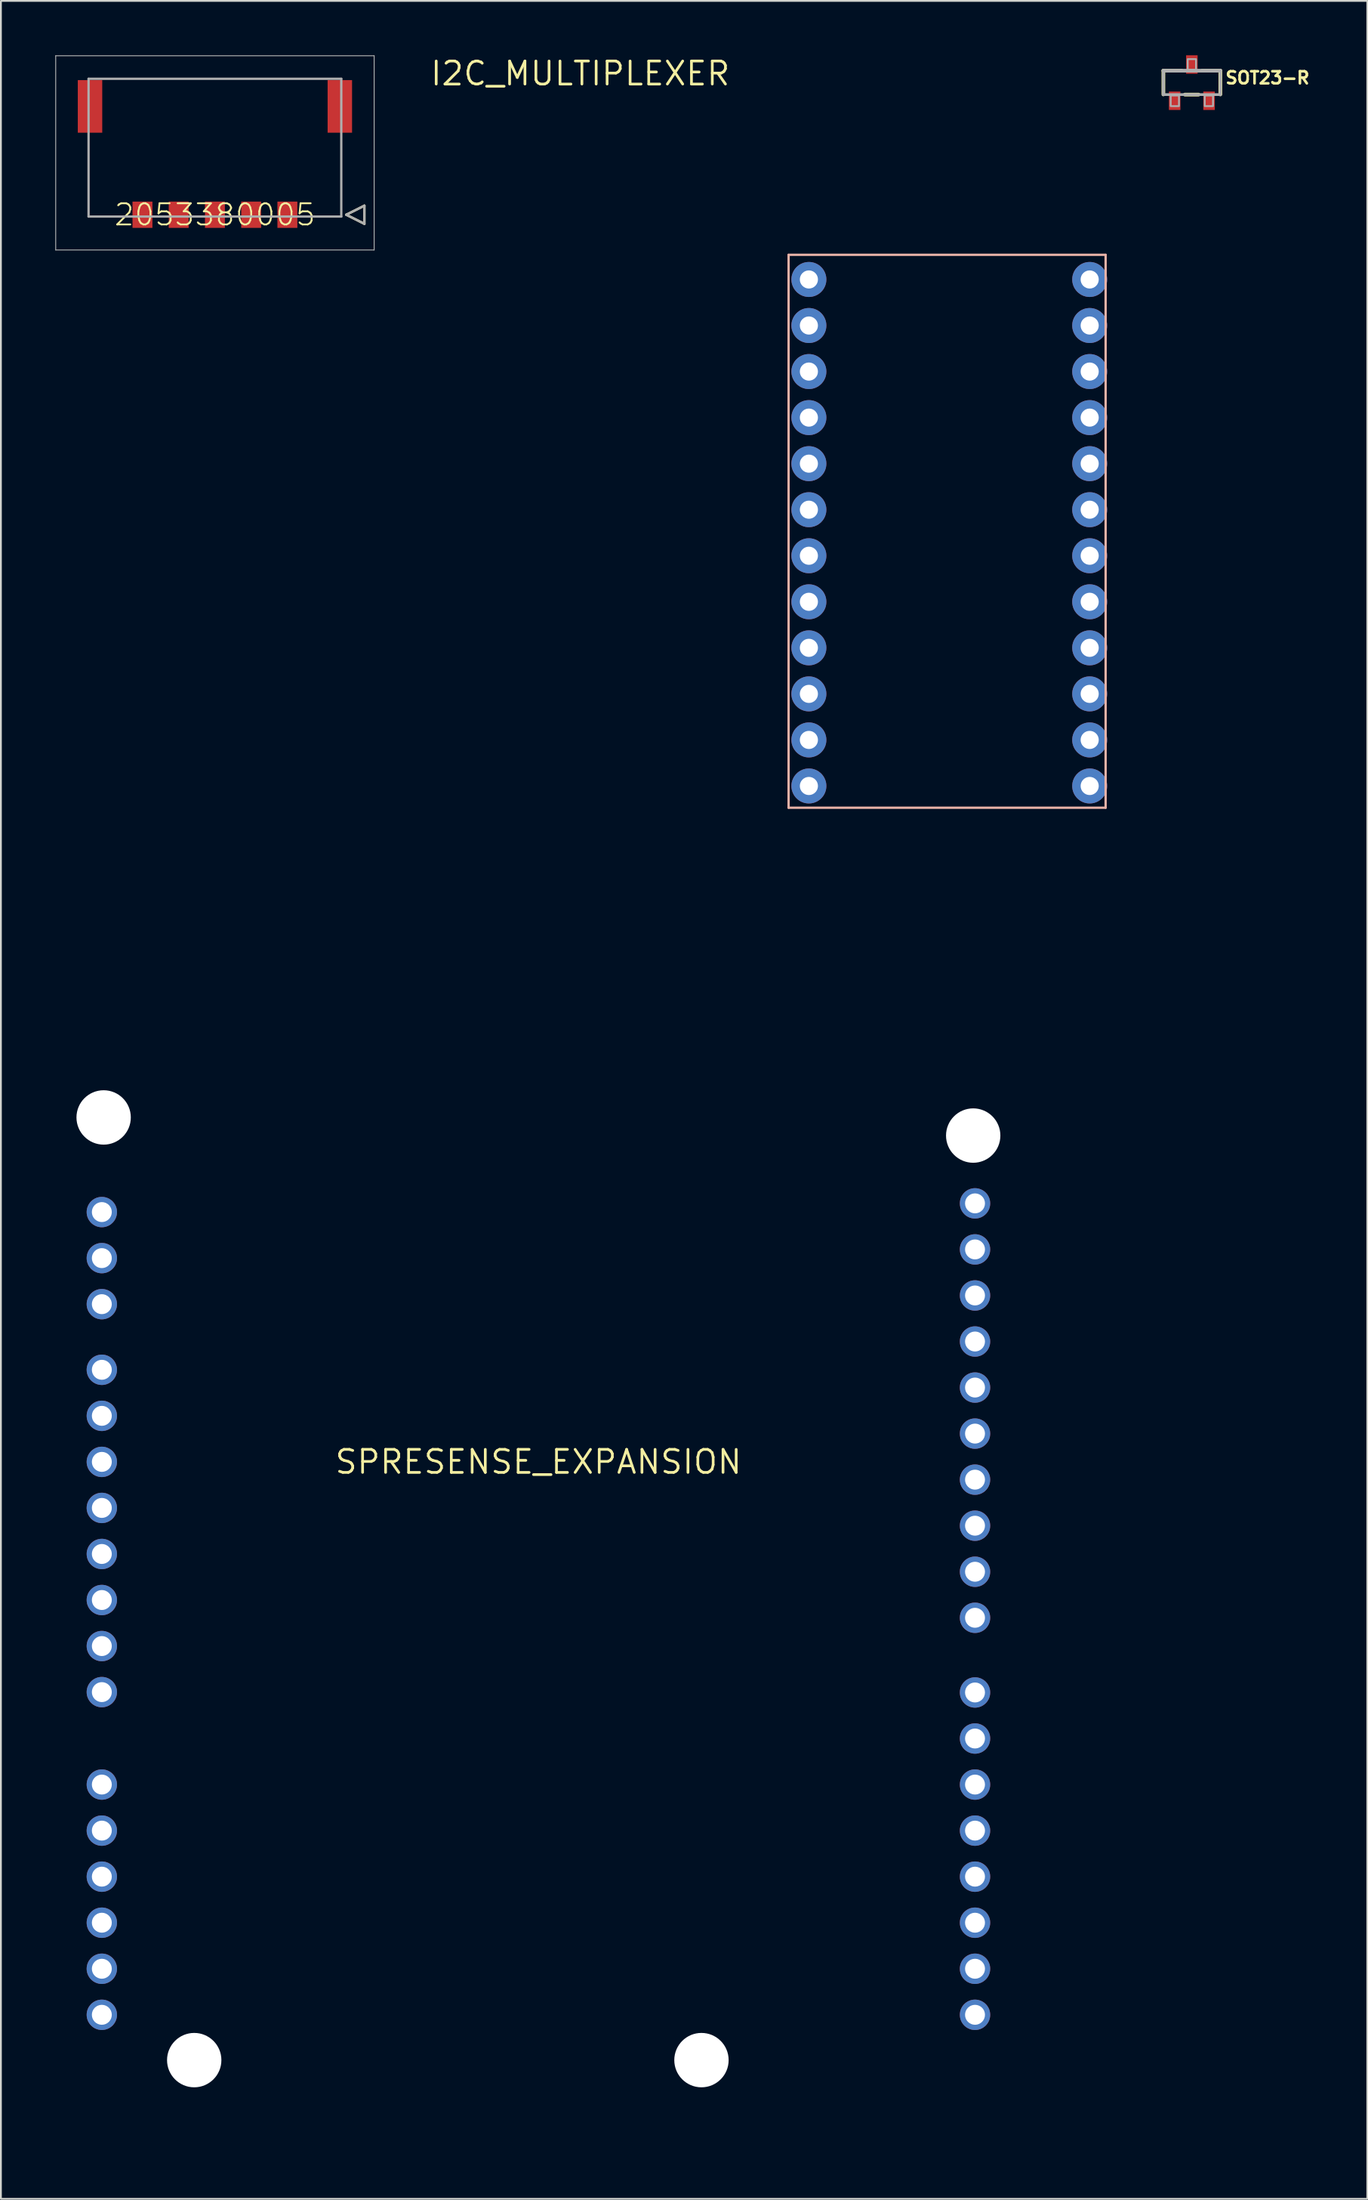
<source format=kicad_pcb>
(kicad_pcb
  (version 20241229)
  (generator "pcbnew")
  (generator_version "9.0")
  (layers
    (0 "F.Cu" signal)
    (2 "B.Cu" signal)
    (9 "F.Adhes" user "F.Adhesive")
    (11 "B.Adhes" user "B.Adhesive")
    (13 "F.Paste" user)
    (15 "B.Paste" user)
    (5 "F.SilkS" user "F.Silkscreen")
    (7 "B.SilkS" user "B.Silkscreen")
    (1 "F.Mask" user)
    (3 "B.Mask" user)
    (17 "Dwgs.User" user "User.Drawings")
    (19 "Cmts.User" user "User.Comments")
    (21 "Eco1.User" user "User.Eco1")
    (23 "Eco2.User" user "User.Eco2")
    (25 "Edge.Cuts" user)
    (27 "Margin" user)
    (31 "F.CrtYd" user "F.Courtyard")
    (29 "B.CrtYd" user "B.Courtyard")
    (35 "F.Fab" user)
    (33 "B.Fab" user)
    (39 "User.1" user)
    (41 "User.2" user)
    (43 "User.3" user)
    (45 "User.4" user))
  (footprint "SOT23-R"
    (layer "F.Cu")
    (at 62.741 1.508)
    (property "Reference" "SOT23-R" (at 1.778 0.127 0) (layer "F.SilkS") (effects (font (size 0.666 0.666) (thickness 0.146)) (justify left bottom)))
    (fp_line (start -1.572 -0.66) (end -0.564 -0.66) (stroke (width 0.203) (type solid)) (layer "F.SilkS"))
    (fp_line (start -1.572 0.652) (end -1.572 -0.66) (stroke (width 0.203) (type solid)) (layer "F.SilkS"))
    (fp_line (start 0.372 0.66) (end -0.386 0.66) (stroke (width 0.203) (type solid)) (layer "F.SilkS"))
    (fp_line (start 0.564 -0.66) (end 1.572 -0.66) (stroke (width 0.203) (type solid)) (layer "F.SilkS"))
    (fp_line (start 1.572 -0.66) (end 1.572 0.652) (stroke (width 0.203) (type solid)) (layer "F.SilkS"))
    (fp_line (start -1.572 -0.66) (end 1.572 -0.66) (stroke (width 0.203) (type solid)) (layer "F.Fab"))
    (fp_line (start -1.572 0.66) (end -1.572 -0.66) (stroke (width 0.152) (type solid)) (layer "F.Fab"))
    (fp_line (start 1.572 -0.66) (end 1.572 0.66) (stroke (width 0.152) (type solid)) (layer "F.Fab"))
    (fp_line (start 1.572 0.66) (end -1.572 0.66) (stroke (width 0.152) (type solid)) (layer "F.Fab"))
    (fp_poly (pts (xy -1.168 1.295) (xy -0.711 1.295) (xy -0.711 0.711) (xy -1.168 0.711)) (stroke (width 0.1) (type solid)) (fill no) (layer "F.Fab"))
    (fp_poly (pts (xy -0.229 -0.711) (xy 0.229 -0.711) (xy 0.229 -1.295) (xy -0.229 -1.295)) (stroke (width 0.1) (type solid)) (fill no) (layer "F.Fab"))
    (fp_poly (pts (xy 0.711 1.295) (xy 1.168 1.295) (xy 1.168 0.711) (xy 0.711 0.711)) (stroke (width 0.1) (type solid)) (fill no) (layer "F.Fab"))
    (pad "1" smd rect (at -0.95 1) (size 0.635 1.016) (layers "F.Cu" "F.Mask" "F.Paste"))
    (pad "2" smd rect (at 0.95 1) (size 0.635 1.016) (layers "F.Cu" "F.Mask" "F.Paste"))
    (pad "3" smd rect (at 0 -1) (size 0.635 1.016) (layers "F.Cu" "F.Mask" "F.Paste")))
  (footprint "I2C_MULTIPLEXER"
    (layer "F.Cu")
    (at 28.981 1.006)
    (property "Reference" "I2C_MULTIPLEXER" (at 0 0 0) (layer "F.SilkS") (effects (font (size 1.27 1.27) (thickness 0.15))))
    (fp_line (start 11.5 10) (end 11.5 40.5) (stroke (width 0.127) (type solid)) (layer "B.SilkS"))
    (fp_line (start 11.5 40.5) (end 29 40.5) (stroke (width 0.127) (type solid)) (layer "B.SilkS"))
    (fp_line (start 29 10) (end 11.5 10) (stroke (width 0.127) (type solid)) (layer "B.SilkS"))
    (fp_line (start 29 40.5) (end 29 10) (stroke (width 0.127) (type solid)) (layer "B.SilkS"))
    (pad "A0" thru_hole circle (at 12.62 24.06 180) (size 1.93 1.93) (drill 1) (layers "*.Cu" "*.Mask"))
    (pad "A1" thru_hole circle (at 12.62 26.6 180) (size 1.93 1.93) (drill 1) (layers "*.Cu" "*.Mask"))
    (pad "A2" thru_hole circle (at 12.62 29.14 180) (size 1.93 1.93) (drill 1) (layers "*.Cu" "*.Mask"))
    (pad "GND" thru_hole circle (at 12.62 13.9 180) (size 1.93 1.93) (drill 1) (layers "*.Cu" "*.Mask"))
    (pad "RST" thru_hole circle (at 12.62 21.52 180) (size 1.93 1.93) (drill 1) (layers "*.Cu" "*.Mask"))
    (pad "SC0" thru_hole circle (at 12.62 34.22 180) (size 1.93 1.93) (drill 1) (layers "*.Cu" "*.Mask"))
    (pad "SC1" thru_hole circle (at 12.62 39.3 180) (size 1.93 1.93) (drill 1) (layers "*.Cu" "*.Mask"))
    (pad "SC2" thru_hole circle (at 28.12 36.76 180) (size 1.93 1.93) (drill 1) (layers "*.Cu" "*.Mask"))
    (pad "SC3" thru_hole circle (at 28.12 31.68 180) (size 1.93 1.93) (drill 1) (layers "*.Cu" "*.Mask"))
    (pad "SC4" thru_hole circle (at 28.12 26.6 180) (size 1.93 1.93) (drill 1) (layers "*.Cu" "*.Mask"))
    (pad "SC5" thru_hole circle (at 28.12 21.52 180) (size 1.93 1.93) (drill 1) (layers "*.Cu" "*.Mask"))
    (pad "SC6" thru_hole circle (at 28.12 16.44 180) (size 1.93 1.93) (drill 1) (layers "*.Cu" "*.Mask"))
    (pad "SC7" thru_hole circle (at 28.12 11.36 180) (size 1.93 1.93) (drill 1) (layers "*.Cu" "*.Mask"))
    (pad "SCL" thru_hole circle (at 12.62 18.98 180) (size 1.93 1.93) (drill 1) (layers "*.Cu" "*.Mask"))
    (pad "SD0" thru_hole circle (at 12.62 31.68 180) (size 1.93 1.93) (drill 1) (layers "*.Cu" "*.Mask"))
    (pad "SD1" thru_hole circle (at 12.62 36.76 180) (size 1.93 1.93) (drill 1) (layers "*.Cu" "*.Mask"))
    (pad "SD2" thru_hole circle (at 28.12 39.3 180) (size 1.93 1.93) (drill 1) (layers "*.Cu" "*.Mask"))
    (pad "SD3" thru_hole circle (at 28.12 34.22 180) (size 1.93 1.93) (drill 1) (layers "*.Cu" "*.Mask"))
    (pad "SD4" thru_hole circle (at 28.12 29.14 180) (size 1.93 1.93) (drill 1) (layers "*.Cu" "*.Mask"))
    (pad "SD5" thru_hole circle (at 28.12 24.06 180) (size 1.93 1.93) (drill 1) (layers "*.Cu" "*.Mask"))
    (pad "SD6" thru_hole circle (at 28.12 18.98 180) (size 1.93 1.93) (drill 1) (layers "*.Cu" "*.Mask"))
    (pad "SD7" thru_hole circle (at 28.12 13.9 180) (size 1.93 1.93) (drill 1) (layers "*.Cu" "*.Mask"))
    (pad "SDA" thru_hole circle (at 12.62 16.44 180) (size 1.93 1.93) (drill 1) (layers "*.Cu" "*.Mask"))
    (pad "VIN" thru_hole circle (at 12.62 11.36 180) (size 1.93 1.93) (drill 1) (layers "*.Cu" "*.Mask")))
  (footprint "2053380005"
    (layer "F.Cu")
    (at 8.814 8.795)
    (property "Reference" "2053380005" (at 0 0 0) (layer "F.SilkS") (effects (font (size 1.168 1.168) (thickness 0.102))))
    (fp_line (start 7.25 0) (end 8.25 -0.5) (stroke (width 0.127) (type solid)) (layer "F.SilkS"))
    (fp_line (start 8.25 -0.5) (end 8.25 0.5) (stroke (width 0.127) (type solid)) (layer "F.SilkS"))
    (fp_line (start 8.25 0.5) (end 7.25 0) (stroke (width 0.127) (type solid)) (layer "F.SilkS"))
    (fp_line (start -8.789 -8.77) (end 8.789 -8.77) (stroke (width 0.05) (type solid)) (layer "F.Fab"))
    (fp_line (start -8.789 1.944) (end -8.789 -8.77) (stroke (width 0.05) (type solid)) (layer "F.Fab"))
    (fp_line (start -6.975 -7.5) (end 6.975 -7.5) (stroke (width 0.127) (type solid)) (layer "F.Fab"))
    (fp_line (start -6.975 0.1) (end -6.975 -7.5) (stroke (width 0.127) (type solid)) (layer "F.Fab"))
    (fp_line (start 6.975 -7.5) (end 6.975 0.1) (stroke (width 0.127) (type solid)) (layer "F.Fab"))
    (fp_line (start 6.975 0.1) (end -6.975 0.1) (stroke (width 0.127) (type solid)) (layer "F.Fab"))
    (fp_line (start 7.25 0) (end 8.25 -0.5) (stroke (width 0.127) (type solid)) (layer "F.Fab"))
    (fp_line (start 8.25 -0.5) (end 8.25 0.5) (stroke (width 0.127) (type solid)) (layer "F.Fab"))
    (fp_line (start 8.25 0.5) (end 7.25 0) (stroke (width 0.127) (type solid)) (layer "F.Fab"))
    (fp_line (start 8.789 -8.77) (end 8.789 1.944) (stroke (width 0.05) (type solid)) (layer "F.Fab"))
    (fp_line (start 8.789 1.944) (end -8.789 1.944) (stroke (width 0.05) (type solid)) (layer "F.Fab"))
    (pad "1" smd rect (at 4 0 90) (size 1.45 1.1) (layers "F.Cu" "F.Mask" "F.Paste"))
    (pad "2" smd rect (at 2 0 90) (size 1.45 1.1) (layers "F.Cu" "F.Mask" "F.Paste"))
    (pad "3" smd rect (at 0 0 90) (size 1.45 1.1) (layers "F.Cu" "F.Mask" "F.Paste"))
    (pad "4" smd rect (at -2 0 90) (size 1.45 1.1) (layers "F.Cu" "F.Mask" "F.Paste"))
    (pad "5" smd rect (at -4 0 90) (size 1.45 1.1) (layers "F.Cu" "F.Mask" "F.Paste"))
    (pad "6" smd rect (at 6.895 -5.975 90) (size 2.9 1.35) (layers "F.Cu" "F.Mask" "F.Paste"))
    (pad "7" smd rect (at -6.895 -5.975 90) (size 2.9 1.35) (layers "F.Cu" "F.Mask" "F.Paste")))
  (footprint "SPRESENSE_EXPANSION"
    (layer "F.Cu")
    (at 26.671 77.59)
    (property "Reference" "SPRESENSE_EXPANSION" (at 0 0 0) (layer "F.SilkS") (effects (font (size 1.27 1.27) (thickness 0.15))))
    (fp_line (start -26.67 -33.02) (end -26.408 -32.695) (stroke (width 0.001) (type solid)) (layer "F.SilkS"))
    (fp_line (start -26.67 32.02) (end -26.67 -32.02) (stroke (width 0.001) (type solid)) (layer "F.SilkS"))
    (fp_line (start -25.67 -33.02) (end 25.67 -33.02) (stroke (width 0.001) (type solid)) (layer "F.SilkS"))
    (fp_line (start -25.67 33.02) (end -24.13 33.02) (stroke (width 0.001) (type solid)) (layer "F.SilkS"))
    (fp_line (start -24.13 33.02) (end -19.05 37.652) (stroke (width 0.001) (type solid)) (layer "F.SilkS"))
    (fp_line (start -19.05 37.652) (end 11.18 37.652) (stroke (width 0.001) (type solid)) (layer "F.SilkS"))
    (fp_line (start 11.18 37.652) (end 13.716 33.02) (stroke (width 0.001) (type solid)) (layer "F.SilkS"))
    (fp_line (start 13.716 33.02) (end 26.67 33.02) (stroke (width 0.001) (type solid)) (layer "F.SilkS"))
    (fp_line (start 26.408 -32.695) (end 26.67 -33.02) (stroke (width 0.001) (type solid)) (layer "F.SilkS"))
    (fp_line (start 26.67 33.02) (end 26.67 -32.02) (stroke (width 0.001) (type solid)) (layer "F.SilkS"))
    (fp_arc (start -26.67 -32.02) (mid -26.377107 -32.727107) (end -25.67 -33.02) (stroke (width 0.001) (type solid)) (layer "F.SilkS"))
    (fp_arc (start -25.67 33.02) (mid -26.377107 32.727107) (end -26.67 32.02) (stroke (width 0.001) (type solid)) (layer "F.SilkS"))
    (fp_arc (start 25.67 -33.02) (mid 26.377107 -32.727107) (end 26.67 -32.02) (stroke (width 0.001) (type solid)) (layer "F.SilkS"))
    (fp_circle (center -24.13 -19.05) (end -22.63 -19.05) (stroke (width 0.001) (type solid)) (fill no) (layer "F.SilkS"))
    (fp_circle (center -24.13 -13.78) (end -23.58 -13.78) (stroke (width 0.001) (type solid)) (fill no) (layer "F.SilkS"))
    (fp_circle (center -24.13 -11.24) (end -23.58 -11.24) (stroke (width 0.001) (type solid)) (fill no) (layer "F.SilkS"))
    (fp_circle (center -24.13 -8.7) (end -23.58 -8.7) (stroke (width 0.001) (type solid)) (fill no) (layer "F.SilkS"))
    (fp_circle (center -24.13 12.7) (end -23.58 12.7) (stroke (width 0.001) (type solid)) (fill no) (layer "F.SilkS"))
    (fp_circle (center -24.13 30.48) (end -23.58 30.48) (stroke (width 0.001) (type solid)) (fill no) (layer "F.SilkS"))
    (fp_circle (center -19.05 33.02) (end -17.55 33.02) (stroke (width 0.001) (type solid)) (fill no) (layer "F.SilkS"))
    (fp_circle (center 8.89 33.02) (end 10.39 33.02) (stroke (width 0.001) (type solid)) (fill no) (layer "F.SilkS"))
    (fp_circle (center 24.13 -17.78) (end 25.63 -17.78) (stroke (width 0.001) (type solid)) (fill no) (layer "F.SilkS"))
    (fp_circle (center 24.13 8.636) (end 24.68 8.636) (stroke (width 0.001) (type solid)) (fill no) (layer "F.SilkS"))
    (fp_circle (center 24.13 30.48) (end 24.68 30.48) (stroke (width 0.001) (type solid)) (fill no) (layer "F.SilkS"))
    (pad "" np_thru_hole circle (at -24 -19) (size 3 3) (drill 3) (layers "*.Cu" "*.Mask"))
    (pad "" np_thru_hole circle (at -19 33) (size 3 3) (drill 3) (layers "*.Cu" "*.Mask"))
    (pad "" np_thru_hole circle (at 9 33) (size 3 3) (drill 3) (layers "*.Cu" "*.Mask"))
    (pad "" np_thru_hole circle (at 24 -18) (size 3 3) (drill 3) (layers "*.Cu" "*.Mask"))
    (pad "P$1" thru_hole circle (at -24.1 12.7 180) (size 1.676 1.676) (drill 1.1) (layers "*.Cu" "*.Mask"))
    (pad "P$2" thru_hole circle (at -24.1 -8.7 90) (size 1.676 1.676) (drill 1.1) (layers "*.Cu" "*.Mask"))
    (pad "P$3" thru_hole circle (at -24.1 -11.24 90) (size 1.676 1.676) (drill 1.1) (layers "*.Cu" "*.Mask"))
    (pad "P$4" thru_hole circle (at -24.1 -13.78 90) (size 1.676 1.676) (drill 1.1) (layers "*.Cu" "*.Mask"))
    (pad "P$5" thru_hole circle (at -24.1 10.16 180) (size 1.676 1.676) (drill 1.1) (layers "*.Cu" "*.Mask"))
    (pad "P$6" thru_hole circle (at -24.1 7.62 180) (size 1.676 1.676) (drill 1.1) (layers "*.Cu" "*.Mask"))
    (pad "P$7" thru_hole circle (at -24.1 5.08 180) (size 1.676 1.676) (drill 1.1) (layers "*.Cu" "*.Mask"))
    (pad "P$8" thru_hole circle (at -24.1 2.54 180) (size 1.676 1.676) (drill 1.1) (layers "*.Cu" "*.Mask"))
    (pad "P$9" thru_hole circle (at -24.1 0 180) (size 1.676 1.676) (drill 1.1) (layers "*.Cu" "*.Mask"))
    (pad "P$10" thru_hole circle (at -24.1 -2.54 180) (size 1.676 1.676) (drill 1.1) (layers "*.Cu" "*.Mask"))
    (pad "P$11" thru_hole circle (at -24.1 -5.08 180) (size 1.676 1.676) (drill 1.1) (layers "*.Cu" "*.Mask"))
    (pad "P$12" thru_hole circle (at -24.1 30.5 270) (size 1.676 1.676) (drill 1.1) (layers "*.Cu" "*.Mask"))
    (pad "P$13" thru_hole circle (at -24.1 27.96 270) (size 1.676 1.676) (drill 1.1) (layers "*.Cu" "*.Mask"))
    (pad "P$14" thru_hole circle (at -24.1 25.42 270) (size 1.676 1.676) (drill 1.1) (layers "*.Cu" "*.Mask"))
    (pad "P$15" thru_hole circle (at -24.1 22.88 270) (size 1.676 1.676) (drill 1.1) (layers "*.Cu" "*.Mask"))
    (pad "P$16" thru_hole circle (at -24.1 20.34 270) (size 1.676 1.676) (drill 1.1) (layers "*.Cu" "*.Mask"))
    (pad "P$17" thru_hole circle (at -24.1 17.8 270) (size 1.676 1.676) (drill 1.1) (layers "*.Cu" "*.Mask"))
    (pad "P$18" thru_hole circle (at 24.1 8.6) (size 1.676 1.676) (drill 1.1) (layers "*.Cu" "*.Mask"))
    (pad "P$19" thru_hole circle (at 24.1 6.06) (size 1.676 1.676) (drill 1.1) (layers "*.Cu" "*.Mask"))
    (pad "P$20" thru_hole circle (at 24.1 3.52) (size 1.676 1.676) (drill 1.1) (layers "*.Cu" "*.Mask"))
    (pad "P$21" thru_hole circle (at 24.1 0.98) (size 1.676 1.676) (drill 1.1) (layers "*.Cu" "*.Mask"))
    (pad "P$22" thru_hole circle (at 24.1 -1.56) (size 1.676 1.676) (drill 1.1) (layers "*.Cu" "*.Mask"))
    (pad "P$23" thru_hole circle (at 24.1 -4.1) (size 1.676 1.676) (drill 1.1) (layers "*.Cu" "*.Mask"))
    (pad "P$24" thru_hole circle (at 24.1 -6.64) (size 1.676 1.676) (drill 1.1) (layers "*.Cu" "*.Mask"))
    (pad "P$25" thru_hole circle (at 24.1 -9.18) (size 1.676 1.676) (drill 1.1) (layers "*.Cu" "*.Mask"))
    (pad "P$26" thru_hole circle (at 24.1 -11.72) (size 1.676 1.676) (drill 1.1) (layers "*.Cu" "*.Mask"))
    (pad "P$27" thru_hole circle (at 24.1 -14.26) (size 1.676 1.676) (drill 1.1) (layers "*.Cu" "*.Mask"))
    (pad "P$28" thru_hole circle (at 24.1 30.5 90) (size 1.676 1.676) (drill 1.1) (layers "*.Cu" "*.Mask"))
    (pad "P$29" thru_hole circle (at 24.1 27.96 90) (size 1.676 1.676) (drill 1.1) (layers "*.Cu" "*.Mask"))
    (pad "P$30" thru_hole circle (at 24.1 25.42 90) (size 1.676 1.676) (drill 1.1) (layers "*.Cu" "*.Mask"))
    (pad "P$31" thru_hole circle (at 24.1 22.88 90) (size 1.676 1.676) (drill 1.1) (layers "*.Cu" "*.Mask"))
    (pad "P$32" thru_hole circle (at 24.1 20.34 90) (size 1.676 1.676) (drill 1.1) (layers "*.Cu" "*.Mask"))
    (pad "P$33" thru_hole circle (at 24.1 17.8 90) (size 1.676 1.676) (drill 1.1) (layers "*.Cu" "*.Mask"))
    (pad "P$34" thru_hole circle (at 24.1 15.26 90) (size 1.676 1.676) (drill 1.1) (layers "*.Cu" "*.Mask"))
    (pad "P$35" thru_hole circle (at 24.1 12.72 90) (size 1.676 1.676) (drill 1.1) (layers "*.Cu" "*.Mask")))
  (gr_rect
    (start -3 -3)
    (end 72.426 118.243)
    (stroke (width 0.1) (type default))
    (fill no)
    (layer "Edge.Cuts")))
</source>
